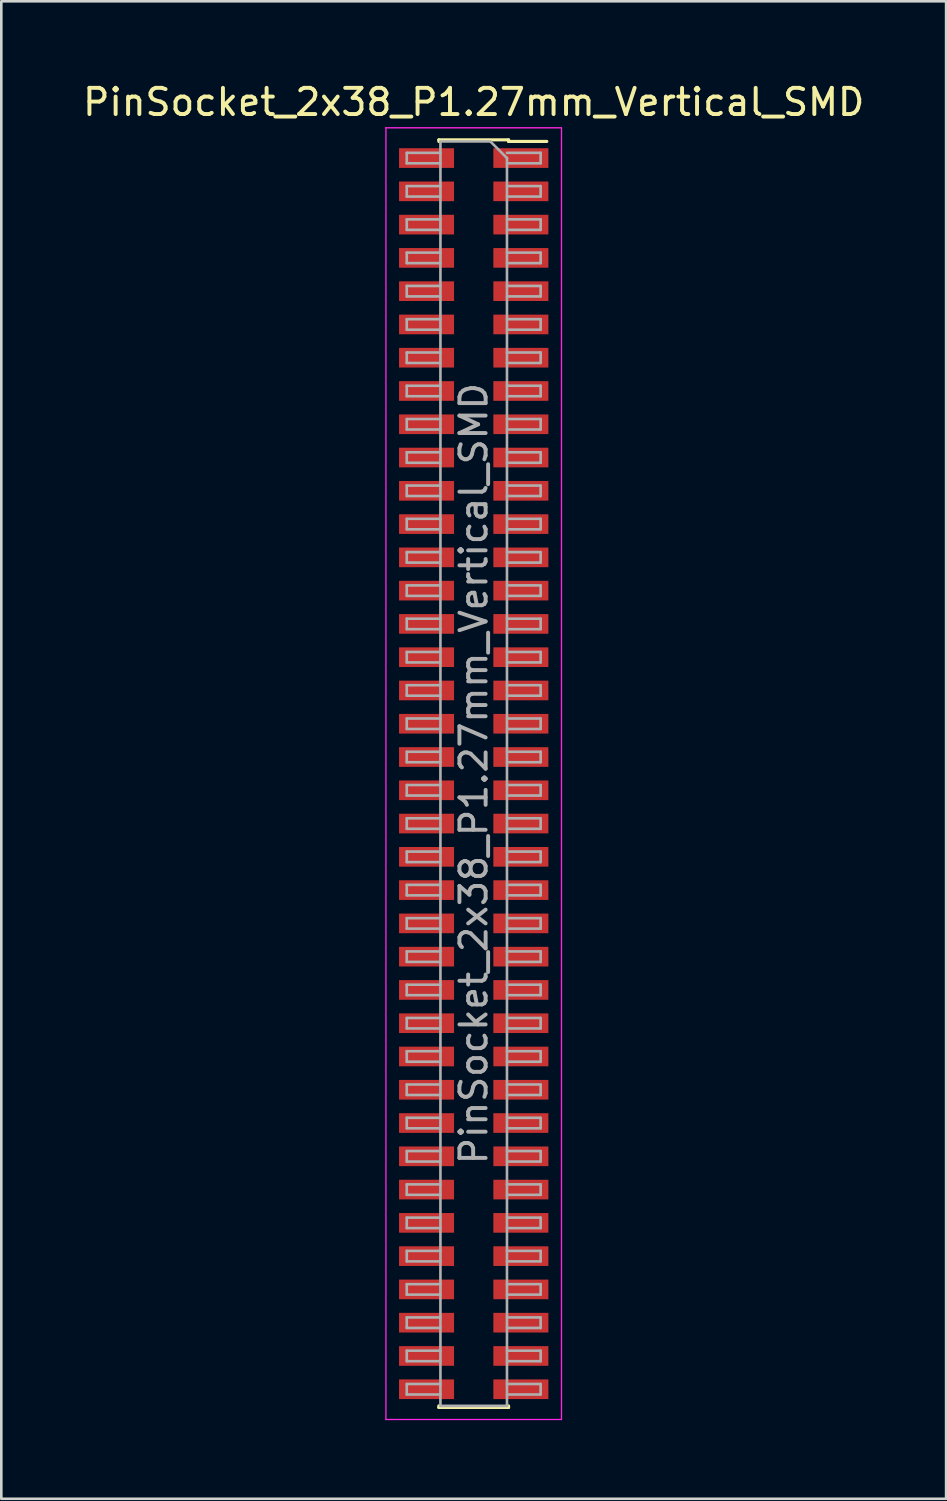
<source format=kicad_pcb>
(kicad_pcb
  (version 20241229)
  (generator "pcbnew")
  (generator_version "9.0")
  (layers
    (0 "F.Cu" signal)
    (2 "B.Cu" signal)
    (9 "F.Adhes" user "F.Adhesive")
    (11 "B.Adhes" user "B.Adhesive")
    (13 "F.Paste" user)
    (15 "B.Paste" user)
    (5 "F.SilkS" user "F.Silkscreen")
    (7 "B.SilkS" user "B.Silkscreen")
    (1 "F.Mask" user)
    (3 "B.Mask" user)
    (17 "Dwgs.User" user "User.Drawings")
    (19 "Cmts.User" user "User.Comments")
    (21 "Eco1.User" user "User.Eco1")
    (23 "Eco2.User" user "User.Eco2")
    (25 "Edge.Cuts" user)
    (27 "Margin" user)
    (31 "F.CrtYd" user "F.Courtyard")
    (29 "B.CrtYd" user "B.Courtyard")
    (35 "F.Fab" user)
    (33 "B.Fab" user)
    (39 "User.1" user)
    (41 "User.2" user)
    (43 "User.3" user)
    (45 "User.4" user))
  (footprint "PinSocket_2x38_P1.27mm_Vertical_SMD"
    (layer "F.Cu")
    (at 15.03 26.478)
    (property "Reference" "PinSocket_2x38_P1.27mm_Vertical_SMD" (at 0 -25.63 0) (layer "F.SilkS") (effects (font (size 1 1) (thickness 0.15))))
    (attr smd)
    (fp_line (start -1.33 -24.19) (end -1.33 -24.13) (stroke (width 0.12) (type solid)) (layer "F.SilkS"))
    (fp_line (start -1.33 -24.19) (end 1.33 -24.19) (stroke (width 0.12) (type solid)) (layer "F.SilkS"))
    (fp_line (start -1.33 24.13) (end -1.33 24.19) (stroke (width 0.12) (type solid)) (layer "F.SilkS"))
    (fp_line (start -1.33 24.19) (end 1.33 24.19) (stroke (width 0.12) (type solid)) (layer "F.SilkS"))
    (fp_line (start 1.33 -24.19) (end 1.33 -24.13) (stroke (width 0.12) (type solid)) (layer "F.SilkS"))
    (fp_line (start 1.33 -24.13) (end 2.79 -24.13) (stroke (width 0.12) (type solid)) (layer "F.SilkS"))
    (fp_line (start 1.33 24.13) (end 1.33 24.19) (stroke (width 0.12) (type solid)) (layer "F.SilkS"))
    (fp_line (start -3.35 -24.65) (end 3.35 -24.65) (stroke (width 0.05) (type solid)) (layer "F.CrtYd"))
    (fp_line (start -3.35 24.65) (end -3.35 -24.65) (stroke (width 0.05) (type solid)) (layer "F.CrtYd"))
    (fp_line (start 3.35 -24.65) (end 3.35 24.65) (stroke (width 0.05) (type solid)) (layer "F.CrtYd"))
    (fp_line (start 3.35 24.65) (end -3.35 24.65) (stroke (width 0.05) (type solid)) (layer "F.CrtYd"))
    (fp_line (start -2.555 -23.695) (end -1.27 -23.695) (stroke (width 0.1) (type solid)) (layer "F.Fab"))
    (fp_line (start -2.555 -23.295) (end -2.555 -23.695) (stroke (width 0.1) (type solid)) (layer "F.Fab"))
    (fp_line (start -2.555 -22.425) (end -1.27 -22.425) (stroke (width 0.1) (type solid)) (layer "F.Fab"))
    (fp_line (start -2.555 -22.025) (end -2.555 -22.425) (stroke (width 0.1) (type solid)) (layer "F.Fab"))
    (fp_line (start -2.555 -21.155) (end -1.27 -21.155) (stroke (width 0.1) (type solid)) (layer "F.Fab"))
    (fp_line (start -2.555 -20.755) (end -2.555 -21.155) (stroke (width 0.1) (type solid)) (layer "F.Fab"))
    (fp_line (start -2.555 -19.885) (end -1.27 -19.885) (stroke (width 0.1) (type solid)) (layer "F.Fab"))
    (fp_line (start -2.555 -19.485) (end -2.555 -19.885) (stroke (width 0.1) (type solid)) (layer "F.Fab"))
    (fp_line (start -2.555 -18.615) (end -1.27 -18.615) (stroke (width 0.1) (type solid)) (layer "F.Fab"))
    (fp_line (start -2.555 -18.215) (end -2.555 -18.615) (stroke (width 0.1) (type solid)) (layer "F.Fab"))
    (fp_line (start -2.555 -17.345) (end -1.27 -17.345) (stroke (width 0.1) (type solid)) (layer "F.Fab"))
    (fp_line (start -2.555 -16.945) (end -2.555 -17.345) (stroke (width 0.1) (type solid)) (layer "F.Fab"))
    (fp_line (start -2.555 -16.075) (end -1.27 -16.075) (stroke (width 0.1) (type solid)) (layer "F.Fab"))
    (fp_line (start -2.555 -15.675) (end -2.555 -16.075) (stroke (width 0.1) (type solid)) (layer "F.Fab"))
    (fp_line (start -2.555 -14.805) (end -1.27 -14.805) (stroke (width 0.1) (type solid)) (layer "F.Fab"))
    (fp_line (start -2.555 -14.405) (end -2.555 -14.805) (stroke (width 0.1) (type solid)) (layer "F.Fab"))
    (fp_line (start -2.555 -13.535) (end -1.27 -13.535) (stroke (width 0.1) (type solid)) (layer "F.Fab"))
    (fp_line (start -2.555 -13.135) (end -2.555 -13.535) (stroke (width 0.1) (type solid)) (layer "F.Fab"))
    (fp_line (start -2.555 -12.265) (end -1.27 -12.265) (stroke (width 0.1) (type solid)) (layer "F.Fab"))
    (fp_line (start -2.555 -11.865) (end -2.555 -12.265) (stroke (width 0.1) (type solid)) (layer "F.Fab"))
    (fp_line (start -2.555 -10.995) (end -1.27 -10.995) (stroke (width 0.1) (type solid)) (layer "F.Fab"))
    (fp_line (start -2.555 -10.595) (end -2.555 -10.995) (stroke (width 0.1) (type solid)) (layer "F.Fab"))
    (fp_line (start -2.555 -9.725) (end -1.27 -9.725) (stroke (width 0.1) (type solid)) (layer "F.Fab"))
    (fp_line (start -2.555 -9.325) (end -2.555 -9.725) (stroke (width 0.1) (type solid)) (layer "F.Fab"))
    (fp_line (start -2.555 -8.455) (end -1.27 -8.455) (stroke (width 0.1) (type solid)) (layer "F.Fab"))
    (fp_line (start -2.555 -8.055) (end -2.555 -8.455) (stroke (width 0.1) (type solid)) (layer "F.Fab"))
    (fp_line (start -2.555 -7.185) (end -1.27 -7.185) (stroke (width 0.1) (type solid)) (layer "F.Fab"))
    (fp_line (start -2.555 -6.785) (end -2.555 -7.185) (stroke (width 0.1) (type solid)) (layer "F.Fab"))
    (fp_line (start -2.555 -5.915) (end -1.27 -5.915) (stroke (width 0.1) (type solid)) (layer "F.Fab"))
    (fp_line (start -2.555 -5.515) (end -2.555 -5.915) (stroke (width 0.1) (type solid)) (layer "F.Fab"))
    (fp_line (start -2.555 -4.645) (end -1.27 -4.645) (stroke (width 0.1) (type solid)) (layer "F.Fab"))
    (fp_line (start -2.555 -4.245) (end -2.555 -4.645) (stroke (width 0.1) (type solid)) (layer "F.Fab"))
    (fp_line (start -2.555 -3.375) (end -1.27 -3.375) (stroke (width 0.1) (type solid)) (layer "F.Fab"))
    (fp_line (start -2.555 -2.975) (end -2.555 -3.375) (stroke (width 0.1) (type solid)) (layer "F.Fab"))
    (fp_line (start -2.555 -2.105) (end -1.27 -2.105) (stroke (width 0.1) (type solid)) (layer "F.Fab"))
    (fp_line (start -2.555 -1.705) (end -2.555 -2.105) (stroke (width 0.1) (type solid)) (layer "F.Fab"))
    (fp_line (start -2.555 -0.835) (end -1.27 -0.835) (stroke (width 0.1) (type solid)) (layer "F.Fab"))
    (fp_line (start -2.555 -0.435) (end -2.555 -0.835) (stroke (width 0.1) (type solid)) (layer "F.Fab"))
    (fp_line (start -2.555 0.435) (end -1.27 0.435) (stroke (width 0.1) (type solid)) (layer "F.Fab"))
    (fp_line (start -2.555 0.835) (end -2.555 0.435) (stroke (width 0.1) (type solid)) (layer "F.Fab"))
    (fp_line (start -2.555 1.705) (end -1.27 1.705) (stroke (width 0.1) (type solid)) (layer "F.Fab"))
    (fp_line (start -2.555 2.105) (end -2.555 1.705) (stroke (width 0.1) (type solid)) (layer "F.Fab"))
    (fp_line (start -2.555 2.975) (end -1.27 2.975) (stroke (width 0.1) (type solid)) (layer "F.Fab"))
    (fp_line (start -2.555 3.375) (end -2.555 2.975) (stroke (width 0.1) (type solid)) (layer "F.Fab"))
    (fp_line (start -2.555 4.245) (end -1.27 4.245) (stroke (width 0.1) (type solid)) (layer "F.Fab"))
    (fp_line (start -2.555 4.645) (end -2.555 4.245) (stroke (width 0.1) (type solid)) (layer "F.Fab"))
    (fp_line (start -2.555 5.515) (end -1.27 5.515) (stroke (width 0.1) (type solid)) (layer "F.Fab"))
    (fp_line (start -2.555 5.915) (end -2.555 5.515) (stroke (width 0.1) (type solid)) (layer "F.Fab"))
    (fp_line (start -2.555 6.785) (end -1.27 6.785) (stroke (width 0.1) (type solid)) (layer "F.Fab"))
    (fp_line (start -2.555 7.185) (end -2.555 6.785) (stroke (width 0.1) (type solid)) (layer "F.Fab"))
    (fp_line (start -2.555 8.055) (end -1.27 8.055) (stroke (width 0.1) (type solid)) (layer "F.Fab"))
    (fp_line (start -2.555 8.455) (end -2.555 8.055) (stroke (width 0.1) (type solid)) (layer "F.Fab"))
    (fp_line (start -2.555 9.325) (end -1.27 9.325) (stroke (width 0.1) (type solid)) (layer "F.Fab"))
    (fp_line (start -2.555 9.725) (end -2.555 9.325) (stroke (width 0.1) (type solid)) (layer "F.Fab"))
    (fp_line (start -2.555 10.595) (end -1.27 10.595) (stroke (width 0.1) (type solid)) (layer "F.Fab"))
    (fp_line (start -2.555 10.995) (end -2.555 10.595) (stroke (width 0.1) (type solid)) (layer "F.Fab"))
    (fp_line (start -2.555 11.865) (end -1.27 11.865) (stroke (width 0.1) (type solid)) (layer "F.Fab"))
    (fp_line (start -2.555 12.265) (end -2.555 11.865) (stroke (width 0.1) (type solid)) (layer "F.Fab"))
    (fp_line (start -2.555 13.135) (end -1.27 13.135) (stroke (width 0.1) (type solid)) (layer "F.Fab"))
    (fp_line (start -2.555 13.535) (end -2.555 13.135) (stroke (width 0.1) (type solid)) (layer "F.Fab"))
    (fp_line (start -2.555 14.405) (end -1.27 14.405) (stroke (width 0.1) (type solid)) (layer "F.Fab"))
    (fp_line (start -2.555 14.805) (end -2.555 14.405) (stroke (width 0.1) (type solid)) (layer "F.Fab"))
    (fp_line (start -2.555 15.675) (end -1.27 15.675) (stroke (width 0.1) (type solid)) (layer "F.Fab"))
    (fp_line (start -2.555 16.075) (end -2.555 15.675) (stroke (width 0.1) (type solid)) (layer "F.Fab"))
    (fp_line (start -2.555 16.945) (end -1.27 16.945) (stroke (width 0.1) (type solid)) (layer "F.Fab"))
    (fp_line (start -2.555 17.345) (end -2.555 16.945) (stroke (width 0.1) (type solid)) (layer "F.Fab"))
    (fp_line (start -2.555 18.215) (end -1.27 18.215) (stroke (width 0.1) (type solid)) (layer "F.Fab"))
    (fp_line (start -2.555 18.615) (end -2.555 18.215) (stroke (width 0.1) (type solid)) (layer "F.Fab"))
    (fp_line (start -2.555 19.485) (end -1.27 19.485) (stroke (width 0.1) (type solid)) (layer "F.Fab"))
    (fp_line (start -2.555 19.885) (end -2.555 19.485) (stroke (width 0.1) (type solid)) (layer "F.Fab"))
    (fp_line (start -2.555 20.755) (end -1.27 20.755) (stroke (width 0.1) (type solid)) (layer "F.Fab"))
    (fp_line (start -2.555 21.155) (end -2.555 20.755) (stroke (width 0.1) (type solid)) (layer "F.Fab"))
    (fp_line (start -2.555 22.025) (end -1.27 22.025) (stroke (width 0.1) (type solid)) (layer "F.Fab"))
    (fp_line (start -2.555 22.425) (end -2.555 22.025) (stroke (width 0.1) (type solid)) (layer "F.Fab"))
    (fp_line (start -2.555 23.295) (end -1.27 23.295) (stroke (width 0.1) (type solid)) (layer "F.Fab"))
    (fp_line (start -2.555 23.695) (end -2.555 23.295) (stroke (width 0.1) (type solid)) (layer "F.Fab"))
    (fp_line (start -1.27 -24.13) (end 0.635 -24.13) (stroke (width 0.1) (type solid)) (layer "F.Fab"))
    (fp_line (start -1.27 -23.295) (end -2.555 -23.295) (stroke (width 0.1) (type solid)) (layer "F.Fab"))
    (fp_line (start -1.27 -22.025) (end -2.555 -22.025) (stroke (width 0.1) (type solid)) (layer "F.Fab"))
    (fp_line (start -1.27 -20.755) (end -2.555 -20.755) (stroke (width 0.1) (type solid)) (layer "F.Fab"))
    (fp_line (start -1.27 -19.485) (end -2.555 -19.485) (stroke (width 0.1) (type solid)) (layer "F.Fab"))
    (fp_line (start -1.27 -18.215) (end -2.555 -18.215) (stroke (width 0.1) (type solid)) (layer "F.Fab"))
    (fp_line (start -1.27 -16.945) (end -2.555 -16.945) (stroke (width 0.1) (type solid)) (layer "F.Fab"))
    (fp_line (start -1.27 -15.675) (end -2.555 -15.675) (stroke (width 0.1) (type solid)) (layer "F.Fab"))
    (fp_line (start -1.27 -14.405) (end -2.555 -14.405) (stroke (width 0.1) (type solid)) (layer "F.Fab"))
    (fp_line (start -1.27 -13.135) (end -2.555 -13.135) (stroke (width 0.1) (type solid)) (layer "F.Fab"))
    (fp_line (start -1.27 -11.865) (end -2.555 -11.865) (stroke (width 0.1) (type solid)) (layer "F.Fab"))
    (fp_line (start -1.27 -10.595) (end -2.555 -10.595) (stroke (width 0.1) (type solid)) (layer "F.Fab"))
    (fp_line (start -1.27 -9.325) (end -2.555 -9.325) (stroke (width 0.1) (type solid)) (layer "F.Fab"))
    (fp_line (start -1.27 -8.055) (end -2.555 -8.055) (stroke (width 0.1) (type solid)) (layer "F.Fab"))
    (fp_line (start -1.27 -6.785) (end -2.555 -6.785) (stroke (width 0.1) (type solid)) (layer "F.Fab"))
    (fp_line (start -1.27 -5.515) (end -2.555 -5.515) (stroke (width 0.1) (type solid)) (layer "F.Fab"))
    (fp_line (start -1.27 -4.245) (end -2.555 -4.245) (stroke (width 0.1) (type solid)) (layer "F.Fab"))
    (fp_line (start -1.27 -2.975) (end -2.555 -2.975) (stroke (width 0.1) (type solid)) (layer "F.Fab"))
    (fp_line (start -1.27 -1.705) (end -2.555 -1.705) (stroke (width 0.1) (type solid)) (layer "F.Fab"))
    (fp_line (start -1.27 -0.435) (end -2.555 -0.435) (stroke (width 0.1) (type solid)) (layer "F.Fab"))
    (fp_line (start -1.27 0.835) (end -2.555 0.835) (stroke (width 0.1) (type solid)) (layer "F.Fab"))
    (fp_line (start -1.27 2.105) (end -2.555 2.105) (stroke (width 0.1) (type solid)) (layer "F.Fab"))
    (fp_line (start -1.27 3.375) (end -2.555 3.375) (stroke (width 0.1) (type solid)) (layer "F.Fab"))
    (fp_line (start -1.27 4.645) (end -2.555 4.645) (stroke (width 0.1) (type solid)) (layer "F.Fab"))
    (fp_line (start -1.27 5.915) (end -2.555 5.915) (stroke (width 0.1) (type solid)) (layer "F.Fab"))
    (fp_line (start -1.27 7.185) (end -2.555 7.185) (stroke (width 0.1) (type solid)) (layer "F.Fab"))
    (fp_line (start -1.27 8.455) (end -2.555 8.455) (stroke (width 0.1) (type solid)) (layer "F.Fab"))
    (fp_line (start -1.27 9.725) (end -2.555 9.725) (stroke (width 0.1) (type solid)) (layer "F.Fab"))
    (fp_line (start -1.27 10.995) (end -2.555 10.995) (stroke (width 0.1) (type solid)) (layer "F.Fab"))
    (fp_line (start -1.27 12.265) (end -2.555 12.265) (stroke (width 0.1) (type solid)) (layer "F.Fab"))
    (fp_line (start -1.27 13.535) (end -2.555 13.535) (stroke (width 0.1) (type solid)) (layer "F.Fab"))
    (fp_line (start -1.27 14.805) (end -2.555 14.805) (stroke (width 0.1) (type solid)) (layer "F.Fab"))
    (fp_line (start -1.27 16.075) (end -2.555 16.075) (stroke (width 0.1) (type solid)) (layer "F.Fab"))
    (fp_line (start -1.27 17.345) (end -2.555 17.345) (stroke (width 0.1) (type solid)) (layer "F.Fab"))
    (fp_line (start -1.27 18.615) (end -2.555 18.615) (stroke (width 0.1) (type solid)) (layer "F.Fab"))
    (fp_line (start -1.27 19.885) (end -2.555 19.885) (stroke (width 0.1) (type solid)) (layer "F.Fab"))
    (fp_line (start -1.27 21.155) (end -2.555 21.155) (stroke (width 0.1) (type solid)) (layer "F.Fab"))
    (fp_line (start -1.27 22.425) (end -2.555 22.425) (stroke (width 0.1) (type solid)) (layer "F.Fab"))
    (fp_line (start -1.27 23.695) (end -2.555 23.695) (stroke (width 0.1) (type solid)) (layer "F.Fab"))
    (fp_line (start -1.27 24.13) (end -1.27 -24.13) (stroke (width 0.1) (type solid)) (layer "F.Fab"))
    (fp_line (start 0.635 -24.13) (end 1.27 -23.495) (stroke (width 0.1) (type solid)) (layer "F.Fab"))
    (fp_line (start 1.27 -23.695) (end 2.555 -23.695) (stroke (width 0.1) (type solid)) (layer "F.Fab"))
    (fp_line (start 1.27 -23.495) (end 1.27 24.13) (stroke (width 0.1) (type solid)) (layer "F.Fab"))
    (fp_line (start 1.27 -22.425) (end 2.555 -22.425) (stroke (width 0.1) (type solid)) (layer "F.Fab"))
    (fp_line (start 1.27 -21.155) (end 2.555 -21.155) (stroke (width 0.1) (type solid)) (layer "F.Fab"))
    (fp_line (start 1.27 -19.885) (end 2.555 -19.885) (stroke (width 0.1) (type solid)) (layer "F.Fab"))
    (fp_line (start 1.27 -18.615) (end 2.555 -18.615) (stroke (width 0.1) (type solid)) (layer "F.Fab"))
    (fp_line (start 1.27 -17.345) (end 2.555 -17.345) (stroke (width 0.1) (type solid)) (layer "F.Fab"))
    (fp_line (start 1.27 -16.075) (end 2.555 -16.075) (stroke (width 0.1) (type solid)) (layer "F.Fab"))
    (fp_line (start 1.27 -14.805) (end 2.555 -14.805) (stroke (width 0.1) (type solid)) (layer "F.Fab"))
    (fp_line (start 1.27 -13.535) (end 2.555 -13.535) (stroke (width 0.1) (type solid)) (layer "F.Fab"))
    (fp_line (start 1.27 -12.265) (end 2.555 -12.265) (stroke (width 0.1) (type solid)) (layer "F.Fab"))
    (fp_line (start 1.27 -10.995) (end 2.555 -10.995) (stroke (width 0.1) (type solid)) (layer "F.Fab"))
    (fp_line (start 1.27 -9.725) (end 2.555 -9.725) (stroke (width 0.1) (type solid)) (layer "F.Fab"))
    (fp_line (start 1.27 -8.455) (end 2.555 -8.455) (stroke (width 0.1) (type solid)) (layer "F.Fab"))
    (fp_line (start 1.27 -7.185) (end 2.555 -7.185) (stroke (width 0.1) (type solid)) (layer "F.Fab"))
    (fp_line (start 1.27 -5.915) (end 2.555 -5.915) (stroke (width 0.1) (type solid)) (layer "F.Fab"))
    (fp_line (start 1.27 -4.645) (end 2.555 -4.645) (stroke (width 0.1) (type solid)) (layer "F.Fab"))
    (fp_line (start 1.27 -3.375) (end 2.555 -3.375) (stroke (width 0.1) (type solid)) (layer "F.Fab"))
    (fp_line (start 1.27 -2.105) (end 2.555 -2.105) (stroke (width 0.1) (type solid)) (layer "F.Fab"))
    (fp_line (start 1.27 -0.835) (end 2.555 -0.835) (stroke (width 0.1) (type solid)) (layer "F.Fab"))
    (fp_line (start 1.27 0.435) (end 2.555 0.435) (stroke (width 0.1) (type solid)) (layer "F.Fab"))
    (fp_line (start 1.27 1.705) (end 2.555 1.705) (stroke (width 0.1) (type solid)) (layer "F.Fab"))
    (fp_line (start 1.27 2.975) (end 2.555 2.975) (stroke (width 0.1) (type solid)) (layer "F.Fab"))
    (fp_line (start 1.27 4.245) (end 2.555 4.245) (stroke (width 0.1) (type solid)) (layer "F.Fab"))
    (fp_line (start 1.27 5.515) (end 2.555 5.515) (stroke (width 0.1) (type solid)) (layer "F.Fab"))
    (fp_line (start 1.27 6.785) (end 2.555 6.785) (stroke (width 0.1) (type solid)) (layer "F.Fab"))
    (fp_line (start 1.27 8.055) (end 2.555 8.055) (stroke (width 0.1) (type solid)) (layer "F.Fab"))
    (fp_line (start 1.27 9.325) (end 2.555 9.325) (stroke (width 0.1) (type solid)) (layer "F.Fab"))
    (fp_line (start 1.27 10.595) (end 2.555 10.595) (stroke (width 0.1) (type solid)) (layer "F.Fab"))
    (fp_line (start 1.27 11.865) (end 2.555 11.865) (stroke (width 0.1) (type solid)) (layer "F.Fab"))
    (fp_line (start 1.27 13.135) (end 2.555 13.135) (stroke (width 0.1) (type solid)) (layer "F.Fab"))
    (fp_line (start 1.27 14.405) (end 2.555 14.405) (stroke (width 0.1) (type solid)) (layer "F.Fab"))
    (fp_line (start 1.27 15.675) (end 2.555 15.675) (stroke (width 0.1) (type solid)) (layer "F.Fab"))
    (fp_line (start 1.27 16.945) (end 2.555 16.945) (stroke (width 0.1) (type solid)) (layer "F.Fab"))
    (fp_line (start 1.27 18.215) (end 2.555 18.215) (stroke (width 0.1) (type solid)) (layer "F.Fab"))
    (fp_line (start 1.27 19.485) (end 2.555 19.485) (stroke (width 0.1) (type solid)) (layer "F.Fab"))
    (fp_line (start 1.27 20.755) (end 2.555 20.755) (stroke (width 0.1) (type solid)) (layer "F.Fab"))
    (fp_line (start 1.27 22.025) (end 2.555 22.025) (stroke (width 0.1) (type solid)) (layer "F.Fab"))
    (fp_line (start 1.27 23.295) (end 2.555 23.295) (stroke (width 0.1) (type solid)) (layer "F.Fab"))
    (fp_line (start 1.27 24.13) (end -1.27 24.13) (stroke (width 0.1) (type solid)) (layer "F.Fab"))
    (fp_line (start 2.555 -23.695) (end 2.555 -23.295) (stroke (width 0.1) (type solid)) (layer "F.Fab"))
    (fp_line (start 2.555 -23.295) (end 1.27 -23.295) (stroke (width 0.1) (type solid)) (layer "F.Fab"))
    (fp_line (start 2.555 -22.425) (end 2.555 -22.025) (stroke (width 0.1) (type solid)) (layer "F.Fab"))
    (fp_line (start 2.555 -22.025) (end 1.27 -22.025) (stroke (width 0.1) (type solid)) (layer "F.Fab"))
    (fp_line (start 2.555 -21.155) (end 2.555 -20.755) (stroke (width 0.1) (type solid)) (layer "F.Fab"))
    (fp_line (start 2.555 -20.755) (end 1.27 -20.755) (stroke (width 0.1) (type solid)) (layer "F.Fab"))
    (fp_line (start 2.555 -19.885) (end 2.555 -19.485) (stroke (width 0.1) (type solid)) (layer "F.Fab"))
    (fp_line (start 2.555 -19.485) (end 1.27 -19.485) (stroke (width 0.1) (type solid)) (layer "F.Fab"))
    (fp_line (start 2.555 -18.615) (end 2.555 -18.215) (stroke (width 0.1) (type solid)) (layer "F.Fab"))
    (fp_line (start 2.555 -18.215) (end 1.27 -18.215) (stroke (width 0.1) (type solid)) (layer "F.Fab"))
    (fp_line (start 2.555 -17.345) (end 2.555 -16.945) (stroke (width 0.1) (type solid)) (layer "F.Fab"))
    (fp_line (start 2.555 -16.945) (end 1.27 -16.945) (stroke (width 0.1) (type solid)) (layer "F.Fab"))
    (fp_line (start 2.555 -16.075) (end 2.555 -15.675) (stroke (width 0.1) (type solid)) (layer "F.Fab"))
    (fp_line (start 2.555 -15.675) (end 1.27 -15.675) (stroke (width 0.1) (type solid)) (layer "F.Fab"))
    (fp_line (start 2.555 -14.805) (end 2.555 -14.405) (stroke (width 0.1) (type solid)) (layer "F.Fab"))
    (fp_line (start 2.555 -14.405) (end 1.27 -14.405) (stroke (width 0.1) (type solid)) (layer "F.Fab"))
    (fp_line (start 2.555 -13.535) (end 2.555 -13.135) (stroke (width 0.1) (type solid)) (layer "F.Fab"))
    (fp_line (start 2.555 -13.135) (end 1.27 -13.135) (stroke (width 0.1) (type solid)) (layer "F.Fab"))
    (fp_line (start 2.555 -12.265) (end 2.555 -11.865) (stroke (width 0.1) (type solid)) (layer "F.Fab"))
    (fp_line (start 2.555 -11.865) (end 1.27 -11.865) (stroke (width 0.1) (type solid)) (layer "F.Fab"))
    (fp_line (start 2.555 -10.995) (end 2.555 -10.595) (stroke (width 0.1) (type solid)) (layer "F.Fab"))
    (fp_line (start 2.555 -10.595) (end 1.27 -10.595) (stroke (width 0.1) (type solid)) (layer "F.Fab"))
    (fp_line (start 2.555 -9.725) (end 2.555 -9.325) (stroke (width 0.1) (type solid)) (layer "F.Fab"))
    (fp_line (start 2.555 -9.325) (end 1.27 -9.325) (stroke (width 0.1) (type solid)) (layer "F.Fab"))
    (fp_line (start 2.555 -8.455) (end 2.555 -8.055) (stroke (width 0.1) (type solid)) (layer "F.Fab"))
    (fp_line (start 2.555 -8.055) (end 1.27 -8.055) (stroke (width 0.1) (type solid)) (layer "F.Fab"))
    (fp_line (start 2.555 -7.185) (end 2.555 -6.785) (stroke (width 0.1) (type solid)) (layer "F.Fab"))
    (fp_line (start 2.555 -6.785) (end 1.27 -6.785) (stroke (width 0.1) (type solid)) (layer "F.Fab"))
    (fp_line (start 2.555 -5.915) (end 2.555 -5.515) (stroke (width 0.1) (type solid)) (layer "F.Fab"))
    (fp_line (start 2.555 -5.515) (end 1.27 -5.515) (stroke (width 0.1) (type solid)) (layer "F.Fab"))
    (fp_line (start 2.555 -4.645) (end 2.555 -4.245) (stroke (width 0.1) (type solid)) (layer "F.Fab"))
    (fp_line (start 2.555 -4.245) (end 1.27 -4.245) (stroke (width 0.1) (type solid)) (layer "F.Fab"))
    (fp_line (start 2.555 -3.375) (end 2.555 -2.975) (stroke (width 0.1) (type solid)) (layer "F.Fab"))
    (fp_line (start 2.555 -2.975) (end 1.27 -2.975) (stroke (width 0.1) (type solid)) (layer "F.Fab"))
    (fp_line (start 2.555 -2.105) (end 2.555 -1.705) (stroke (width 0.1) (type solid)) (layer "F.Fab"))
    (fp_line (start 2.555 -1.705) (end 1.27 -1.705) (stroke (width 0.1) (type solid)) (layer "F.Fab"))
    (fp_line (start 2.555 -0.835) (end 2.555 -0.435) (stroke (width 0.1) (type solid)) (layer "F.Fab"))
    (fp_line (start 2.555 -0.435) (end 1.27 -0.435) (stroke (width 0.1) (type solid)) (layer "F.Fab"))
    (fp_line (start 2.555 0.435) (end 2.555 0.835) (stroke (width 0.1) (type solid)) (layer "F.Fab"))
    (fp_line (start 2.555 0.835) (end 1.27 0.835) (stroke (width 0.1) (type solid)) (layer "F.Fab"))
    (fp_line (start 2.555 1.705) (end 2.555 2.105) (stroke (width 0.1) (type solid)) (layer "F.Fab"))
    (fp_line (start 2.555 2.105) (end 1.27 2.105) (stroke (width 0.1) (type solid)) (layer "F.Fab"))
    (fp_line (start 2.555 2.975) (end 2.555 3.375) (stroke (width 0.1) (type solid)) (layer "F.Fab"))
    (fp_line (start 2.555 3.375) (end 1.27 3.375) (stroke (width 0.1) (type solid)) (layer "F.Fab"))
    (fp_line (start 2.555 4.245) (end 2.555 4.645) (stroke (width 0.1) (type solid)) (layer "F.Fab"))
    (fp_line (start 2.555 4.645) (end 1.27 4.645) (stroke (width 0.1) (type solid)) (layer "F.Fab"))
    (fp_line (start 2.555 5.515) (end 2.555 5.915) (stroke (width 0.1) (type solid)) (layer "F.Fab"))
    (fp_line (start 2.555 5.915) (end 1.27 5.915) (stroke (width 0.1) (type solid)) (layer "F.Fab"))
    (fp_line (start 2.555 6.785) (end 2.555 7.185) (stroke (width 0.1) (type solid)) (layer "F.Fab"))
    (fp_line (start 2.555 7.185) (end 1.27 7.185) (stroke (width 0.1) (type solid)) (layer "F.Fab"))
    (fp_line (start 2.555 8.055) (end 2.555 8.455) (stroke (width 0.1) (type solid)) (layer "F.Fab"))
    (fp_line (start 2.555 8.455) (end 1.27 8.455) (stroke (width 0.1) (type solid)) (layer "F.Fab"))
    (fp_line (start 2.555 9.325) (end 2.555 9.725) (stroke (width 0.1) (type solid)) (layer "F.Fab"))
    (fp_line (start 2.555 9.725) (end 1.27 9.725) (stroke (width 0.1) (type solid)) (layer "F.Fab"))
    (fp_line (start 2.555 10.595) (end 2.555 10.995) (stroke (width 0.1) (type solid)) (layer "F.Fab"))
    (fp_line (start 2.555 10.995) (end 1.27 10.995) (stroke (width 0.1) (type solid)) (layer "F.Fab"))
    (fp_line (start 2.555 11.865) (end 2.555 12.265) (stroke (width 0.1) (type solid)) (layer "F.Fab"))
    (fp_line (start 2.555 12.265) (end 1.27 12.265) (stroke (width 0.1) (type solid)) (layer "F.Fab"))
    (fp_line (start 2.555 13.135) (end 2.555 13.535) (stroke (width 0.1) (type solid)) (layer "F.Fab"))
    (fp_line (start 2.555 13.535) (end 1.27 13.535) (stroke (width 0.1) (type solid)) (layer "F.Fab"))
    (fp_line (start 2.555 14.405) (end 2.555 14.805) (stroke (width 0.1) (type solid)) (layer "F.Fab"))
    (fp_line (start 2.555 14.805) (end 1.27 14.805) (stroke (width 0.1) (type solid)) (layer "F.Fab"))
    (fp_line (start 2.555 15.675) (end 2.555 16.075) (stroke (width 0.1) (type solid)) (layer "F.Fab"))
    (fp_line (start 2.555 16.075) (end 1.27 16.075) (stroke (width 0.1) (type solid)) (layer "F.Fab"))
    (fp_line (start 2.555 16.945) (end 2.555 17.345) (stroke (width 0.1) (type solid)) (layer "F.Fab"))
    (fp_line (start 2.555 17.345) (end 1.27 17.345) (stroke (width 0.1) (type solid)) (layer "F.Fab"))
    (fp_line (start 2.555 18.215) (end 2.555 18.615) (stroke (width 0.1) (type solid)) (layer "F.Fab"))
    (fp_line (start 2.555 18.615) (end 1.27 18.615) (stroke (width 0.1) (type solid)) (layer "F.Fab"))
    (fp_line (start 2.555 19.485) (end 2.555 19.885) (stroke (width 0.1) (type solid)) (layer "F.Fab"))
    (fp_line (start 2.555 19.885) (end 1.27 19.885) (stroke (width 0.1) (type solid)) (layer "F.Fab"))
    (fp_line (start 2.555 20.755) (end 2.555 21.155) (stroke (width 0.1) (type solid)) (layer "F.Fab"))
    (fp_line (start 2.555 21.155) (end 1.27 21.155) (stroke (width 0.1) (type solid)) (layer "F.Fab"))
    (fp_line (start 2.555 22.025) (end 2.555 22.425) (stroke (width 0.1) (type solid)) (layer "F.Fab"))
    (fp_line (start 2.555 22.425) (end 1.27 22.425) (stroke (width 0.1) (type solid)) (layer "F.Fab"))
    (fp_line (start 2.555 23.295) (end 2.555 23.695) (stroke (width 0.1) (type solid)) (layer "F.Fab"))
    (fp_line (start 2.555 23.695) (end 1.27 23.695) (stroke (width 0.1) (type solid)) (layer "F.Fab"))
    (fp_text user "${REFERENCE}" (at 0 0 90) (layer "F.Fab") (effects (font (size 1 1) (thickness 0.15))))
    (pad "1" smd rect (at 1.8 -23.495) (size 2.1 0.75) (layers "F.Cu" "F.Mask" "F.Paste"))
    (pad "2" smd rect (at -1.8 -23.495) (size 2.1 0.75) (layers "F.Cu" "F.Mask" "F.Paste"))
    (pad "3" smd rect (at 1.8 -22.225) (size 2.1 0.75) (layers "F.Cu" "F.Mask" "F.Paste"))
    (pad "4" smd rect (at -1.8 -22.225) (size 2.1 0.75) (layers "F.Cu" "F.Mask" "F.Paste"))
    (pad "5" smd rect (at 1.8 -20.955) (size 2.1 0.75) (layers "F.Cu" "F.Mask" "F.Paste"))
    (pad "6" smd rect (at -1.8 -20.955) (size 2.1 0.75) (layers "F.Cu" "F.Mask" "F.Paste"))
    (pad "7" smd rect (at 1.8 -19.685) (size 2.1 0.75) (layers "F.Cu" "F.Mask" "F.Paste"))
    (pad "8" smd rect (at -1.8 -19.685) (size 2.1 0.75) (layers "F.Cu" "F.Mask" "F.Paste"))
    (pad "9" smd rect (at 1.8 -18.415) (size 2.1 0.75) (layers "F.Cu" "F.Mask" "F.Paste"))
    (pad "10" smd rect (at -1.8 -18.415) (size 2.1 0.75) (layers "F.Cu" "F.Mask" "F.Paste"))
    (pad "11" smd rect (at 1.8 -17.145) (size 2.1 0.75) (layers "F.Cu" "F.Mask" "F.Paste"))
    (pad "12" smd rect (at -1.8 -17.145) (size 2.1 0.75) (layers "F.Cu" "F.Mask" "F.Paste"))
    (pad "13" smd rect (at 1.8 -15.875) (size 2.1 0.75) (layers "F.Cu" "F.Mask" "F.Paste"))
    (pad "14" smd rect (at -1.8 -15.875) (size 2.1 0.75) (layers "F.Cu" "F.Mask" "F.Paste"))
    (pad "15" smd rect (at 1.8 -14.605) (size 2.1 0.75) (layers "F.Cu" "F.Mask" "F.Paste"))
    (pad "16" smd rect (at -1.8 -14.605) (size 2.1 0.75) (layers "F.Cu" "F.Mask" "F.Paste"))
    (pad "17" smd rect (at 1.8 -13.335) (size 2.1 0.75) (layers "F.Cu" "F.Mask" "F.Paste"))
    (pad "18" smd rect (at -1.8 -13.335) (size 2.1 0.75) (layers "F.Cu" "F.Mask" "F.Paste"))
    (pad "19" smd rect (at 1.8 -12.065) (size 2.1 0.75) (layers "F.Cu" "F.Mask" "F.Paste"))
    (pad "20" smd rect (at -1.8 -12.065) (size 2.1 0.75) (layers "F.Cu" "F.Mask" "F.Paste"))
    (pad "21" smd rect (at 1.8 -10.795) (size 2.1 0.75) (layers "F.Cu" "F.Mask" "F.Paste"))
    (pad "22" smd rect (at -1.8 -10.795) (size 2.1 0.75) (layers "F.Cu" "F.Mask" "F.Paste"))
    (pad "23" smd rect (at 1.8 -9.525) (size 2.1 0.75) (layers "F.Cu" "F.Mask" "F.Paste"))
    (pad "24" smd rect (at -1.8 -9.525) (size 2.1 0.75) (layers "F.Cu" "F.Mask" "F.Paste"))
    (pad "25" smd rect (at 1.8 -8.255) (size 2.1 0.75) (layers "F.Cu" "F.Mask" "F.Paste"))
    (pad "26" smd rect (at -1.8 -8.255) (size 2.1 0.75) (layers "F.Cu" "F.Mask" "F.Paste"))
    (pad "27" smd rect (at 1.8 -6.985) (size 2.1 0.75) (layers "F.Cu" "F.Mask" "F.Paste"))
    (pad "28" smd rect (at -1.8 -6.985) (size 2.1 0.75) (layers "F.Cu" "F.Mask" "F.Paste"))
    (pad "29" smd rect (at 1.8 -5.715) (size 2.1 0.75) (layers "F.Cu" "F.Mask" "F.Paste"))
    (pad "30" smd rect (at -1.8 -5.715) (size 2.1 0.75) (layers "F.Cu" "F.Mask" "F.Paste"))
    (pad "31" smd rect (at 1.8 -4.445) (size 2.1 0.75) (layers "F.Cu" "F.Mask" "F.Paste"))
    (pad "32" smd rect (at -1.8 -4.445) (size 2.1 0.75) (layers "F.Cu" "F.Mask" "F.Paste"))
    (pad "33" smd rect (at 1.8 -3.175) (size 2.1 0.75) (layers "F.Cu" "F.Mask" "F.Paste"))
    (pad "34" smd rect (at -1.8 -3.175) (size 2.1 0.75) (layers "F.Cu" "F.Mask" "F.Paste"))
    (pad "35" smd rect (at 1.8 -1.905) (size 2.1 0.75) (layers "F.Cu" "F.Mask" "F.Paste"))
    (pad "36" smd rect (at -1.8 -1.905) (size 2.1 0.75) (layers "F.Cu" "F.Mask" "F.Paste"))
    (pad "37" smd rect (at 1.8 -0.635) (size 2.1 0.75) (layers "F.Cu" "F.Mask" "F.Paste"))
    (pad "38" smd rect (at -1.8 -0.635) (size 2.1 0.75) (layers "F.Cu" "F.Mask" "F.Paste"))
    (pad "39" smd rect (at 1.8 0.635) (size 2.1 0.75) (layers "F.Cu" "F.Mask" "F.Paste"))
    (pad "40" smd rect (at -1.8 0.635) (size 2.1 0.75) (layers "F.Cu" "F.Mask" "F.Paste"))
    (pad "41" smd rect (at 1.8 1.905) (size 2.1 0.75) (layers "F.Cu" "F.Mask" "F.Paste"))
    (pad "42" smd rect (at -1.8 1.905) (size 2.1 0.75) (layers "F.Cu" "F.Mask" "F.Paste"))
    (pad "43" smd rect (at 1.8 3.175) (size 2.1 0.75) (layers "F.Cu" "F.Mask" "F.Paste"))
    (pad "44" smd rect (at -1.8 3.175) (size 2.1 0.75) (layers "F.Cu" "F.Mask" "F.Paste"))
    (pad "45" smd rect (at 1.8 4.445) (size 2.1 0.75) (layers "F.Cu" "F.Mask" "F.Paste"))
    (pad "46" smd rect (at -1.8 4.445) (size 2.1 0.75) (layers "F.Cu" "F.Mask" "F.Paste"))
    (pad "47" smd rect (at 1.8 5.715) (size 2.1 0.75) (layers "F.Cu" "F.Mask" "F.Paste"))
    (pad "48" smd rect (at -1.8 5.715) (size 2.1 0.75) (layers "F.Cu" "F.Mask" "F.Paste"))
    (pad "49" smd rect (at 1.8 6.985) (size 2.1 0.75) (layers "F.Cu" "F.Mask" "F.Paste"))
    (pad "50" smd rect (at -1.8 6.985) (size 2.1 0.75) (layers "F.Cu" "F.Mask" "F.Paste"))
    (pad "51" smd rect (at 1.8 8.255) (size 2.1 0.75) (layers "F.Cu" "F.Mask" "F.Paste"))
    (pad "52" smd rect (at -1.8 8.255) (size 2.1 0.75) (layers "F.Cu" "F.Mask" "F.Paste"))
    (pad "53" smd rect (at 1.8 9.525) (size 2.1 0.75) (layers "F.Cu" "F.Mask" "F.Paste"))
    (pad "54" smd rect (at -1.8 9.525) (size 2.1 0.75) (layers "F.Cu" "F.Mask" "F.Paste"))
    (pad "55" smd rect (at 1.8 10.795) (size 2.1 0.75) (layers "F.Cu" "F.Mask" "F.Paste"))
    (pad "56" smd rect (at -1.8 10.795) (size 2.1 0.75) (layers "F.Cu" "F.Mask" "F.Paste"))
    (pad "57" smd rect (at 1.8 12.065) (size 2.1 0.75) (layers "F.Cu" "F.Mask" "F.Paste"))
    (pad "58" smd rect (at -1.8 12.065) (size 2.1 0.75) (layers "F.Cu" "F.Mask" "F.Paste"))
    (pad "59" smd rect (at 1.8 13.335) (size 2.1 0.75) (layers "F.Cu" "F.Mask" "F.Paste"))
    (pad "60" smd rect (at -1.8 13.335) (size 2.1 0.75) (layers "F.Cu" "F.Mask" "F.Paste"))
    (pad "61" smd rect (at 1.8 14.605) (size 2.1 0.75) (layers "F.Cu" "F.Mask" "F.Paste"))
    (pad "62" smd rect (at -1.8 14.605) (size 2.1 0.75) (layers "F.Cu" "F.Mask" "F.Paste"))
    (pad "63" smd rect (at 1.8 15.875) (size 2.1 0.75) (layers "F.Cu" "F.Mask" "F.Paste"))
    (pad "64" smd rect (at -1.8 15.875) (size 2.1 0.75) (layers "F.Cu" "F.Mask" "F.Paste"))
    (pad "65" smd rect (at 1.8 17.145) (size 2.1 0.75) (layers "F.Cu" "F.Mask" "F.Paste"))
    (pad "66" smd rect (at -1.8 17.145) (size 2.1 0.75) (layers "F.Cu" "F.Mask" "F.Paste"))
    (pad "67" smd rect (at 1.8 18.415) (size 2.1 0.75) (layers "F.Cu" "F.Mask" "F.Paste"))
    (pad "68" smd rect (at -1.8 18.415) (size 2.1 0.75) (layers "F.Cu" "F.Mask" "F.Paste"))
    (pad "69" smd rect (at 1.8 19.685) (size 2.1 0.75) (layers "F.Cu" "F.Mask" "F.Paste"))
    (pad "70" smd rect (at -1.8 19.685) (size 2.1 0.75) (layers "F.Cu" "F.Mask" "F.Paste"))
    (pad "71" smd rect (at 1.8 20.955) (size 2.1 0.75) (layers "F.Cu" "F.Mask" "F.Paste"))
    (pad "72" smd rect (at -1.8 20.955) (size 2.1 0.75) (layers "F.Cu" "F.Mask" "F.Paste"))
    (pad "73" smd rect (at 1.8 22.225) (size 2.1 0.75) (layers "F.Cu" "F.Mask" "F.Paste"))
    (pad "74" smd rect (at -1.8 22.225) (size 2.1 0.75) (layers "F.Cu" "F.Mask" "F.Paste"))
    (pad "75" smd rect (at 1.8 23.495) (size 2.1 0.75) (layers "F.Cu" "F.Mask" "F.Paste"))
    (pad "76" smd rect (at -1.8 23.495) (size 2.1 0.75) (layers "F.Cu" "F.Mask" "F.Paste")))
  (gr_rect
    (start -3 -3)
    (end 33.06 54.153)
    (stroke (width 0.1) (type default))
    (fill no)
    (layer "Edge.Cuts")))
</source>
